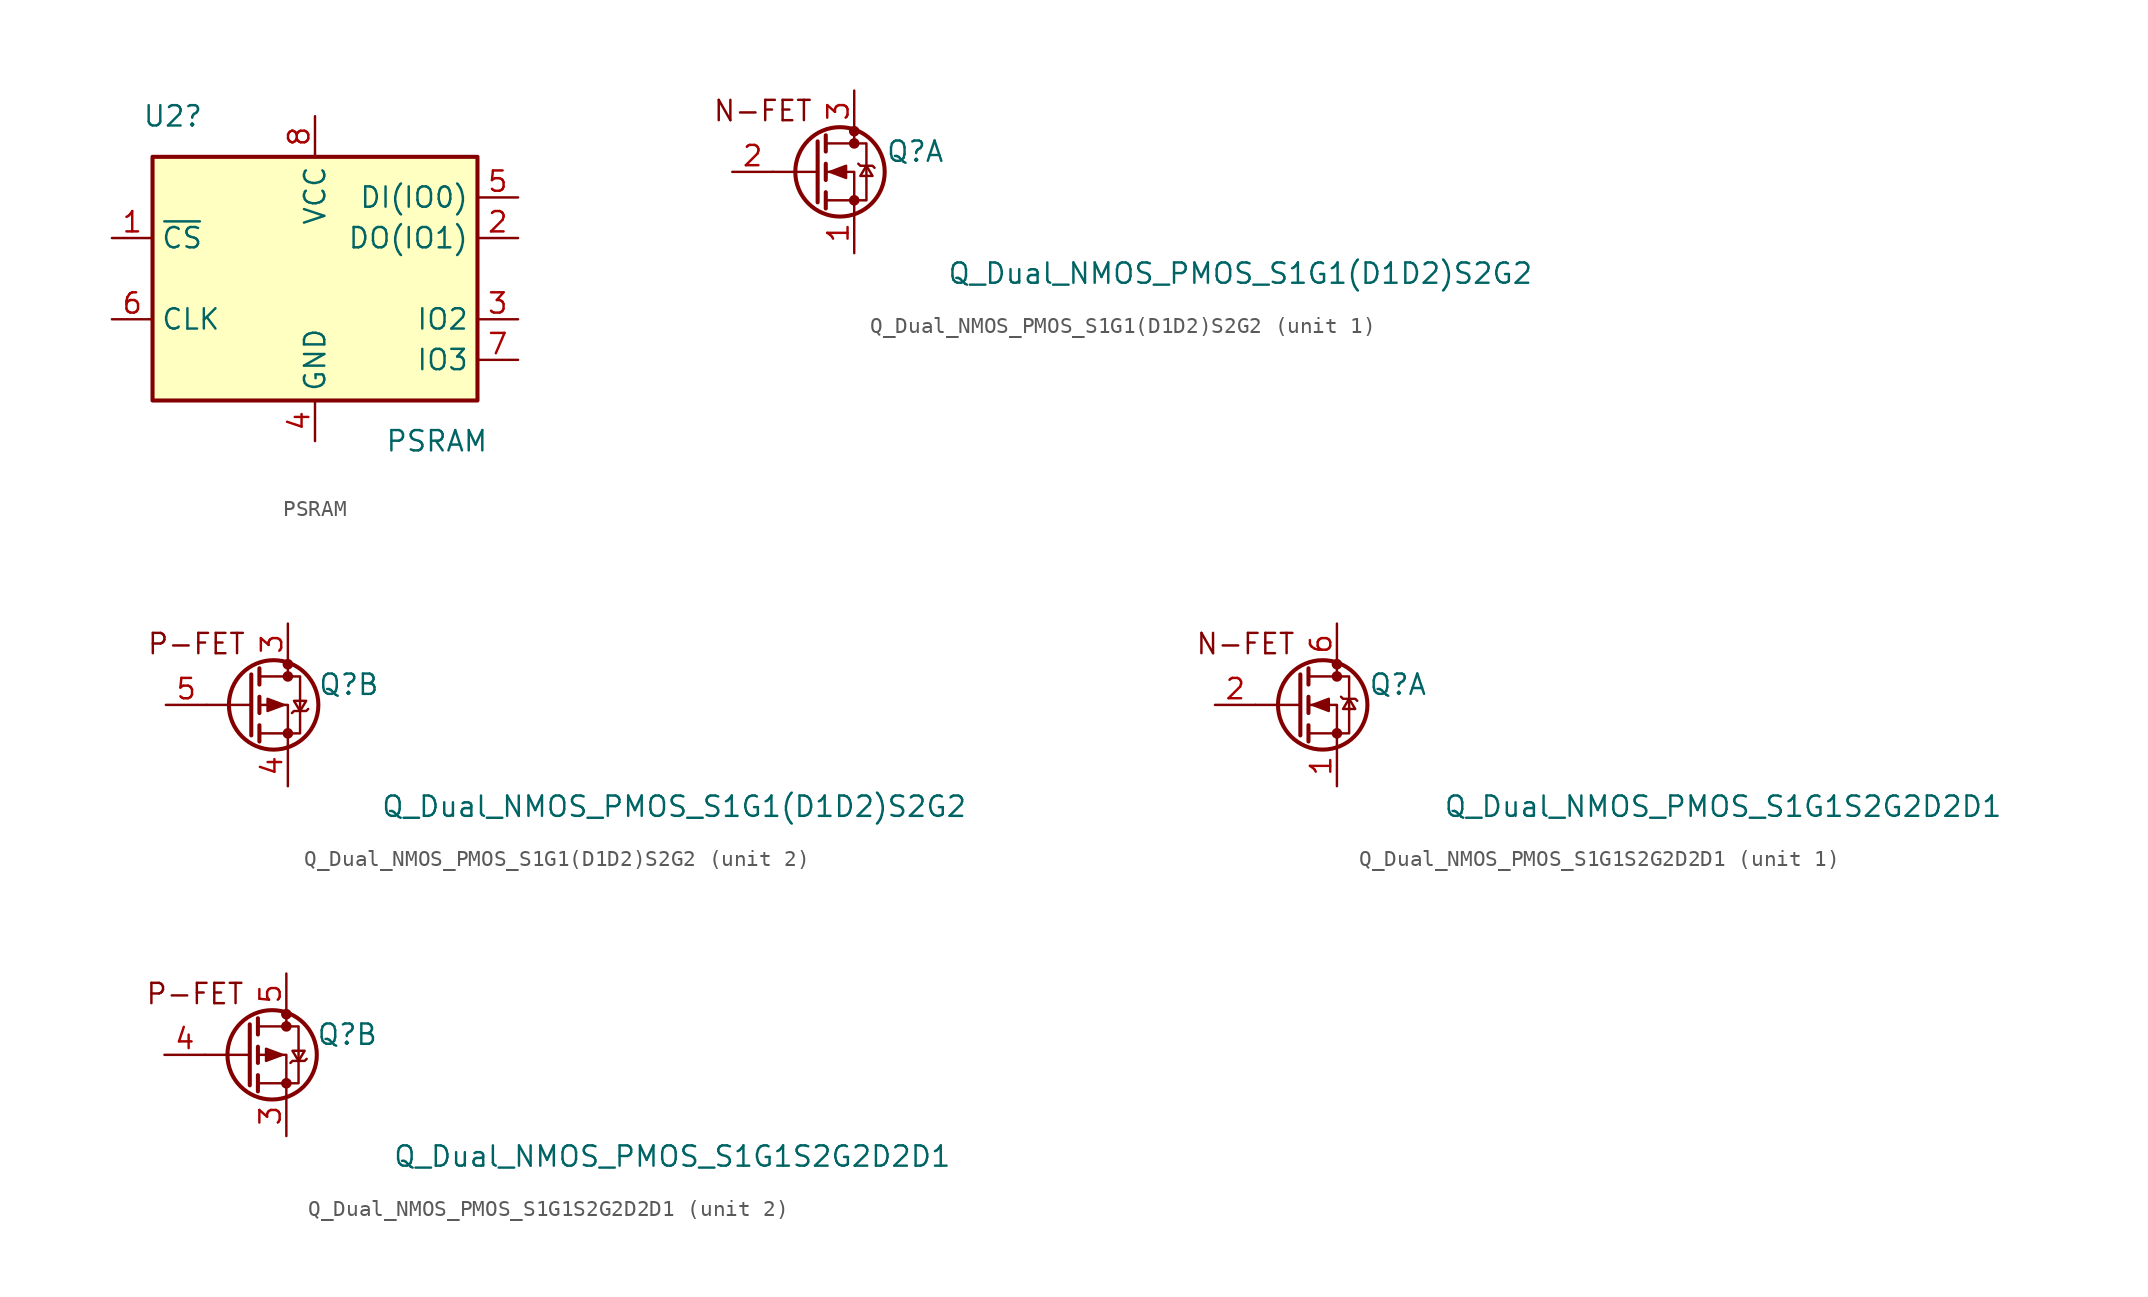
<source format=kicad_sym>
(kicad_symbol_lib
  (version 20231120)
  (generator "kicad_symbol_editor")
  (generator_version "8.0")
  (symbol "PSRAM"
    (property "Reference" "U2"
      (at -8.89 10.16 0)
      (effects (font (size 1.27 1.27))))
    (property "Value" "PSRAM"
      (at 7.62 -10.16 0)
      (effects (font (size 1.27 1.27))))
    (symbol "PSRAM_0_1"
      (rectangle (start -10.16 7.62) (end 10.16 -7.62) (stroke (width 0.254) (type default)) (fill (type background))))
    (symbol "PSRAM_1_1"
      (pin input line (at -12.7 2.54 0) (length 2.54) (name "~{CS}" (effects (font (size 1.27 1.27)))) (number "1" (effects (font (size 1.27 1.27)))))
      (pin bidirectional line (at 12.7 2.54 180) (length 2.54) (name "DO(IO1)" (effects (font (size 1.27 1.27)))) (number "2" (effects (font (size 1.27 1.27)))))
      (pin bidirectional line (at 12.7 -2.54 180) (length 2.54) (name "IO2" (effects (font (size 1.27 1.27)))) (number "3" (effects (font (size 1.27 1.27)))))
      (pin power_in line (at 0 -10.16 90) (length 2.54) (name "GND" (effects (font (size 1.27 1.27)))) (number "4" (effects (font (size 1.27 1.27)))))
      (pin bidirectional line (at 12.7 5.08 180) (length 2.54) (name "DI(IO0)" (effects (font (size 1.27 1.27)))) (number "5" (effects (font (size 1.27 1.27)))))
      (pin input line (at -12.7 -2.54 0) (length 2.54) (name "CLK" (effects (font (size 1.27 1.27)))) (number "6" (effects (font (size 1.27 1.27)))))
      (pin bidirectional line (at 12.7 -5.08 180) (length 2.54) (name "IO3" (effects (font (size 1.27 1.27)))) (number "7" (effects (font (size 1.27 1.27)))))
      (pin power_in line (at 0 10.16 270) (length 2.54) (name "VCC" (effects (font (size 1.27 1.27)))) (number "8" (effects (font (size 1.27 1.27)))))))
  (symbol "Q_Dual_NMOS_PMOS_S1G1(D1D2)S2G2"
    (pin_names
      (offset 0) hide)
    (property "Reference" "Q"
      (at 6.35 1.27 0)
      (effects (font (size 1.27 1.27))))
    (property "Value" "Q_Dual_NMOS_PMOS_S1G1(D1D2)S2G2"
      (at 26.67 -6.35 0)
      (effects (font (size 1.27 1.27))))
    (symbol "Q_Dual_NMOS_PMOS_S1G1(D1D2)S2G2_1_0"
      (text "N-FET" (at -3.175 3.81 0) (effects (font (size 1.27 1.27)))))
    (symbol "Q_Dual_NMOS_PMOS_S1G1(D1D2)S2G2_1_1"
      (polyline (pts (xy 0.254 0) (xy -2.54 0)) (stroke (width 0) (type default)) (fill (type none)))
      (polyline (pts (xy 0.254 1.905) (xy 0.254 -1.905)) (stroke (width 0.254) (type default)) (fill (type none)))
      (polyline (pts (xy 0.762 -1.27) (xy 0.762 -2.286)) (stroke (width 0.254) (type default)) (fill (type none)))
      (polyline (pts (xy 0.762 0.508) (xy 0.762 -0.508)) (stroke (width 0.254) (type default)) (fill (type none)))
      (polyline (pts (xy 0.762 2.286) (xy 0.762 1.27)) (stroke (width 0.254) (type default)) (fill (type none)))
      (polyline (pts (xy 2.54 2.54) (xy 2.54 1.778)) (stroke (width 0) (type default)) (fill (type none)))
      (polyline (pts (xy 2.54 -2.54) (xy 2.54 0) (xy 0.762 0)) (stroke (width 0) (type default)) (fill (type none)))
      (polyline (pts (xy 0.762 -1.778) (xy 3.302 -1.778) (xy 3.302 1.778) (xy 0.762 1.778)) (stroke (width 0) (type default)) (fill (type none)))
      (polyline (pts (xy 1.016 0) (xy 2.032 0.381) (xy 2.032 -0.381) (xy 1.016 0)) (stroke (width 0) (type default)) (fill (type outline)))
      (polyline (pts (xy 2.794 0.508) (xy 2.921 0.381) (xy 3.683 0.381) (xy 3.81 0.254)) (stroke (width 0) (type default)) (fill (type none)))
      (polyline (pts (xy 3.302 0.381) (xy 2.921 -0.254) (xy 3.683 -0.254) (xy 3.302 0.381)) (stroke (width 0) (type default)) (fill (type none)))
      (circle (center 1.651 0) (radius 2.794) (stroke (width 0.254) (type default)) (fill (type none)))
      (circle (center 2.54 -1.778) (radius 0.254) (stroke (width 0) (type default)) (fill (type outline)))
      (circle (center 2.54 1.778) (radius 0.254) (stroke (width 0) (type default)) (fill (type outline)))
      (circle (center 2.54 2.54) (radius 0.254) (stroke (width 0) (type default)) (fill (type outline)))
      (pin passive line (at 2.54 -5.08 90) (length 2.54) (name "S1" (effects (font (size 1.27 1.27)))) (number "1" (effects (font (size 1.27 1.27)))))
      (pin input line (at -5.08 0 0) (length 2.54) (name "G1" (effects (font (size 1.27 1.27)))) (number "2" (effects (font (size 1.27 1.27)))))
      (pin passive line (at 2.54 5.08 270) (length 2.54) (name "D1" (effects (font (size 1.27 1.27)))) (number "3" (effects (font (size 1.27 1.27))))))
    (symbol "Q_Dual_NMOS_PMOS_S1G1(D1D2)S2G2_2_0"
      (text "P-FET" (at -3.175 3.81 0) (effects (font (size 1.27 1.27)))))
    (symbol "Q_Dual_NMOS_PMOS_S1G1(D1D2)S2G2_2_1"
      (polyline (pts (xy 0.254 0) (xy -2.54 0)) (stroke (width 0) (type default)) (fill (type none)))
      (polyline (pts (xy 0.254 1.905) (xy 0.254 -1.905)) (stroke (width 0.254) (type default)) (fill (type none)))
      (polyline (pts (xy 0.762 -1.27) (xy 0.762 -2.286)) (stroke (width 0.254) (type default)) (fill (type none)))
      (polyline (pts (xy 0.762 0.508) (xy 0.762 -0.508)) (stroke (width 0.254) (type default)) (fill (type none)))
      (polyline (pts (xy 0.762 2.286) (xy 0.762 1.27)) (stroke (width 0.254) (type default)) (fill (type none)))
      (polyline (pts (xy 2.54 2.54) (xy 2.54 1.778)) (stroke (width 0) (type default)) (fill (type none)))
      (polyline (pts (xy 2.54 -2.54) (xy 2.54 0) (xy 0.762 0)) (stroke (width 0) (type default)) (fill (type none)))
      (polyline (pts (xy 0.762 1.778) (xy 3.302 1.778) (xy 3.302 -1.778) (xy 0.762 -1.778)) (stroke (width 0) (type default)) (fill (type none)))
      (polyline (pts (xy 2.286 0) (xy 1.27 0.381) (xy 1.27 -0.381) (xy 2.286 0)) (stroke (width 0) (type default)) (fill (type outline)))
      (polyline (pts (xy 2.794 -0.508) (xy 2.921 -0.381) (xy 3.683 -0.381) (xy 3.81 -0.254)) (stroke (width 0) (type default)) (fill (type none)))
      (polyline (pts (xy 3.302 -0.381) (xy 2.921 0.254) (xy 3.683 0.254) (xy 3.302 -0.381)) (stroke (width 0) (type default)) (fill (type none)))
      (circle (center 1.651 0) (radius 2.794) (stroke (width 0.254) (type default)) (fill (type none)))
      (circle (center 2.54 -1.778) (radius 0.254) (stroke (width 0) (type default)) (fill (type outline)))
      (circle (center 2.54 1.778) (radius 0.254) (stroke (width 0) (type default)) (fill (type outline)))
      (circle (center 2.54 2.54) (radius 0.254) (stroke (width 0) (type default)) (fill (type outline)))
      (pin passive line (at 2.54 5.08 270) (length 2.54) (name "D2" (effects (font (size 1.27 1.27)))) (number "3" (effects (font (size 1.27 1.27)))))
      (pin passive line (at 2.54 -5.08 90) (length 2.54) (name "S2" (effects (font (size 1.27 1.27)))) (number "4" (effects (font (size 1.27 1.27)))))
      (pin input line (at -5.08 0 0) (length 2.54) (name "G2" (effects (font (size 1.27 1.27)))) (number "5" (effects (font (size 1.27 1.27)))))))
  (symbol "Q_Dual_NMOS_PMOS_S1G1S2G2D2D1"
    (pin_names
      (offset 0) hide)
    (property "Reference" "Q"
      (at 6.35 1.27 0)
      (effects (font (size 1.27 1.27))))
    (property "Value" "Q_Dual_NMOS_PMOS_S1G1S2G2D2D1"
      (at 26.67 -6.35 0)
      (effects (font (size 1.27 1.27))))
    (symbol "Q_Dual_NMOS_PMOS_S1G1S2G2D2D1_1_0"
      (text "N-FET" (at -3.175 3.81 0) (effects (font (size 1.27 1.27)))))
    (symbol "Q_Dual_NMOS_PMOS_S1G1S2G2D2D1_1_1"
      (polyline (pts (xy 0.254 0) (xy -2.54 0)) (stroke (width 0) (type default)) (fill (type none)))
      (polyline (pts (xy 0.254 1.905) (xy 0.254 -1.905)) (stroke (width 0.254) (type default)) (fill (type none)))
      (polyline (pts (xy 0.762 -1.27) (xy 0.762 -2.286)) (stroke (width 0.254) (type default)) (fill (type none)))
      (polyline (pts (xy 0.762 0.508) (xy 0.762 -0.508)) (stroke (width 0.254) (type default)) (fill (type none)))
      (polyline (pts (xy 0.762 2.286) (xy 0.762 1.27)) (stroke (width 0.254) (type default)) (fill (type none)))
      (polyline (pts (xy 2.54 2.54) (xy 2.54 1.778)) (stroke (width 0) (type default)) (fill (type none)))
      (polyline (pts (xy 2.54 -2.54) (xy 2.54 0) (xy 0.762 0)) (stroke (width 0) (type default)) (fill (type none)))
      (polyline (pts (xy 0.762 -1.778) (xy 3.302 -1.778) (xy 3.302 1.778) (xy 0.762 1.778)) (stroke (width 0) (type default)) (fill (type none)))
      (polyline (pts (xy 1.016 0) (xy 2.032 0.381) (xy 2.032 -0.381) (xy 1.016 0)) (stroke (width 0) (type default)) (fill (type outline)))
      (polyline (pts (xy 2.794 0.508) (xy 2.921 0.381) (xy 3.683 0.381) (xy 3.81 0.254)) (stroke (width 0) (type default)) (fill (type none)))
      (polyline (pts (xy 3.302 0.381) (xy 2.921 -0.254) (xy 3.683 -0.254) (xy 3.302 0.381)) (stroke (width 0) (type default)) (fill (type none)))
      (circle (center 1.651 0) (radius 2.794) (stroke (width 0.254) (type default)) (fill (type none)))
      (circle (center 2.54 -1.778) (radius 0.254) (stroke (width 0) (type default)) (fill (type outline)))
      (circle (center 2.54 1.778) (radius 0.254) (stroke (width 0) (type default)) (fill (type outline)))
      (circle (center 2.54 2.54) (radius 0.254) (stroke (width 0) (type default)) (fill (type outline)))
      (pin passive line (at 2.54 -5.08 90) (length 2.54) (name "S1" (effects (font (size 1.27 1.27)))) (number "1" (effects (font (size 1.27 1.27)))))
      (pin input line (at -5.08 0 0) (length 2.54) (name "G1" (effects (font (size 1.27 1.27)))) (number "2" (effects (font (size 1.27 1.27)))))
      (pin passive line (at 2.54 5.08 270) (length 2.54) (name "D1" (effects (font (size 1.27 1.27)))) (number "6" (effects (font (size 1.27 1.27))))))
    (symbol "Q_Dual_NMOS_PMOS_S1G1S2G2D2D1_2_0"
      (text "P-FET" (at -3.175 3.81 0) (effects (font (size 1.27 1.27)))))
    (symbol "Q_Dual_NMOS_PMOS_S1G1S2G2D2D1_2_1"
      (polyline (pts (xy 0.254 0) (xy -2.54 0)) (stroke (width 0) (type default)) (fill (type none)))
      (polyline (pts (xy 0.254 1.905) (xy 0.254 -1.905)) (stroke (width 0.254) (type default)) (fill (type none)))
      (polyline (pts (xy 0.762 -1.27) (xy 0.762 -2.286)) (stroke (width 0.254) (type default)) (fill (type none)))
      (polyline (pts (xy 0.762 0.508) (xy 0.762 -0.508)) (stroke (width 0.254) (type default)) (fill (type none)))
      (polyline (pts (xy 0.762 2.286) (xy 0.762 1.27)) (stroke (width 0.254) (type default)) (fill (type none)))
      (polyline (pts (xy 2.54 2.54) (xy 2.54 1.778)) (stroke (width 0) (type default)) (fill (type none)))
      (polyline (pts (xy 2.54 -2.54) (xy 2.54 0) (xy 0.762 0)) (stroke (width 0) (type default)) (fill (type none)))
      (polyline (pts (xy 0.762 1.778) (xy 3.302 1.778) (xy 3.302 -1.778) (xy 0.762 -1.778)) (stroke (width 0) (type default)) (fill (type none)))
      (polyline (pts (xy 2.286 0) (xy 1.27 0.381) (xy 1.27 -0.381) (xy 2.286 0)) (stroke (width 0) (type default)) (fill (type outline)))
      (polyline (pts (xy 2.794 -0.508) (xy 2.921 -0.381) (xy 3.683 -0.381) (xy 3.81 -0.254)) (stroke (width 0) (type default)) (fill (type none)))
      (polyline (pts (xy 3.302 -0.381) (xy 2.921 0.254) (xy 3.683 0.254) (xy 3.302 -0.381)) (stroke (width 0) (type default)) (fill (type none)))
      (circle (center 1.651 0) (radius 2.794) (stroke (width 0.254) (type default)) (fill (type none)))
      (circle (center 2.54 -1.778) (radius 0.254) (stroke (width 0) (type default)) (fill (type outline)))
      (circle (center 2.54 1.778) (radius 0.254) (stroke (width 0) (type default)) (fill (type outline)))
      (circle (center 2.54 2.54) (radius 0.254) (stroke (width 0) (type default)) (fill (type outline)))
      (pin passive line (at 2.54 -5.08 90) (length 2.54) (name "S2" (effects (font (size 1.27 1.27)))) (number "3" (effects (font (size 1.27 1.27)))))
      (pin input line (at -5.08 0 0) (length 2.54) (name "G2" (effects (font (size 1.27 1.27)))) (number "4" (effects (font (size 1.27 1.27)))))
      (pin passive line (at 2.54 5.08 270) (length 2.54) (name "D2" (effects (font (size 1.27 1.27)))) (number "5" (effects (font (size 1.27 1.27))))))))
</source>
